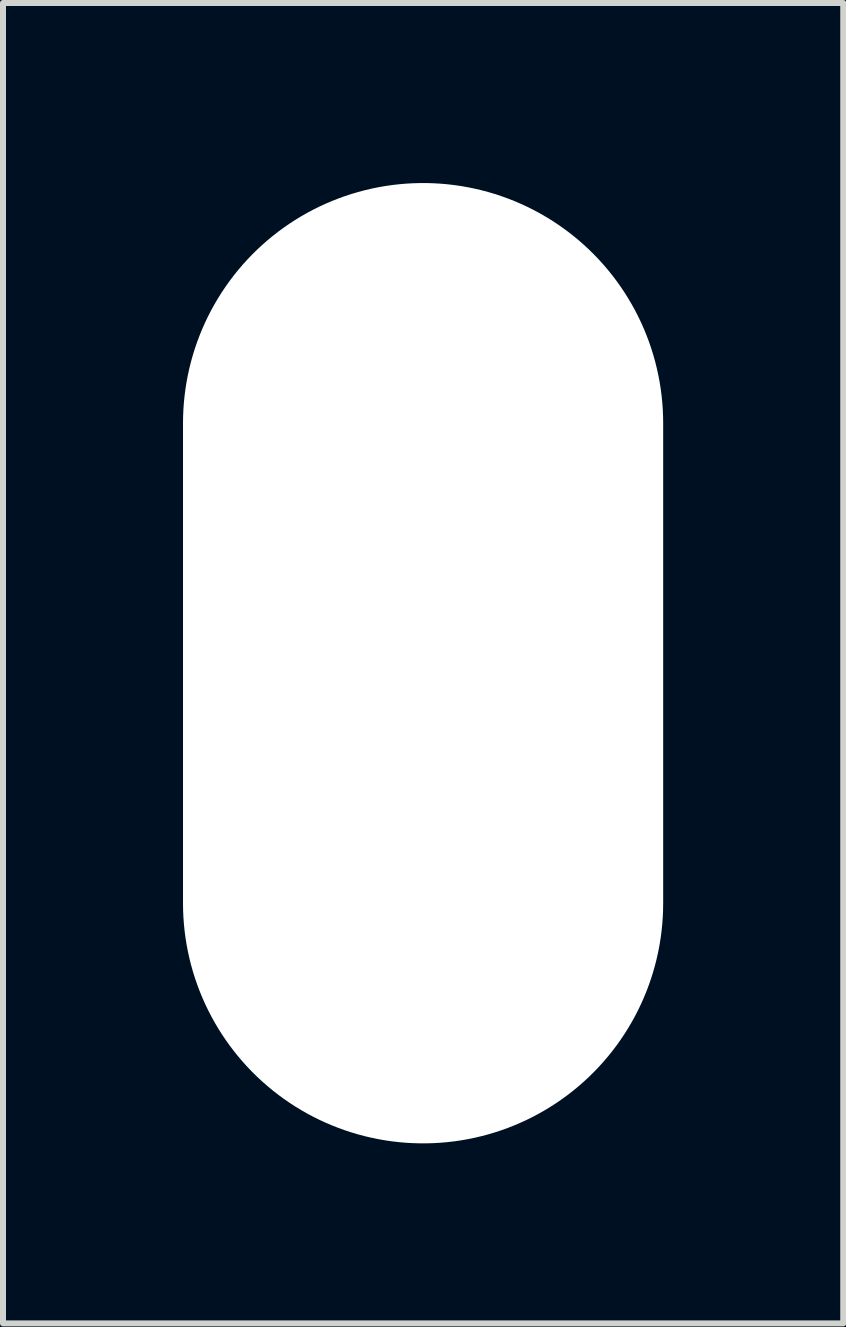
<source format=kicad_pcb>
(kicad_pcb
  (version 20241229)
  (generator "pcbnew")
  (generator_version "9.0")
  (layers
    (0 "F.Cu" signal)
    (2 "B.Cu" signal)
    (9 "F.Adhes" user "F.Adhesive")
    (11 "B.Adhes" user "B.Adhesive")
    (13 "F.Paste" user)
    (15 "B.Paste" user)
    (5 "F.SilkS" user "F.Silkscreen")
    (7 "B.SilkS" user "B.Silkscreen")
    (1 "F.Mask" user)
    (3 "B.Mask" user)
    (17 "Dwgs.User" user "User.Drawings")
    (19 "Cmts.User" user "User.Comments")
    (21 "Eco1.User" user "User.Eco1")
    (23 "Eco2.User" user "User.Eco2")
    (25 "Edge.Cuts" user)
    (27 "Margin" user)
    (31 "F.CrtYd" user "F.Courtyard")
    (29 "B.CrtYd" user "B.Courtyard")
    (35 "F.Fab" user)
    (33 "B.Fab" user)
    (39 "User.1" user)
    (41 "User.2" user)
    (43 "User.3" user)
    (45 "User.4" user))
  (footprint "hole_X"
    (layer "F.Cu")
    (at 4 8.001)
    (property "Reference" "hole_X" (at 0 0.5 0) (layer "F.SilkS") (effects (font (size 1 1) (thickness 0.15))))
    (attr through_hole)
    (pad "" np_thru_hole oval (at 0 0) (size 8.001 16.002) (drill oval 8.001 16.002) (layers "*.Cu" "*.Mask")))
  (gr_rect
    (start -3 -3)
    (end 11.001 19.002)
    (stroke (width 0.1) (type default))
    (fill no)
    (layer "Edge.Cuts")))
</source>
